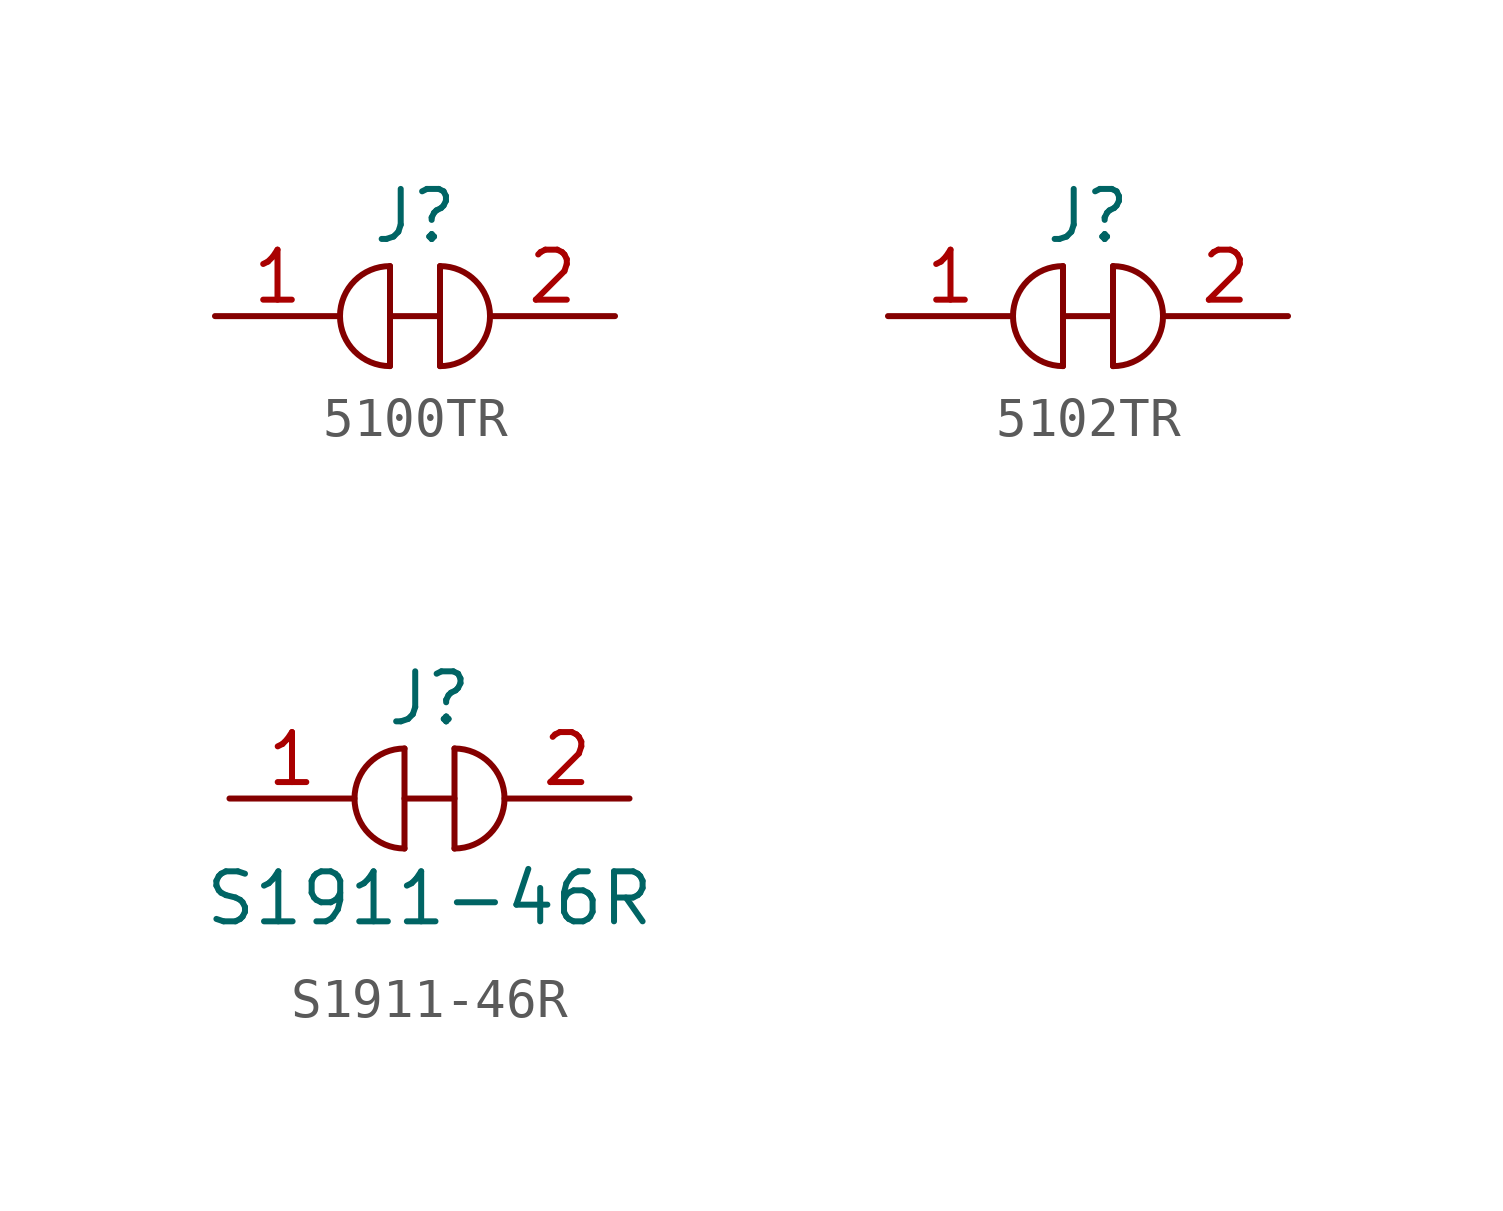
<source format=kicad_sym>
(kicad_symbol_lib
  (version 20220914)
  (generator kicad_symbol_editor)
  (symbol "5100TR"
    (pin_names
      (offset 1.016))
    (property "Reference" "J"
      (at 0 2.54 0)
      (effects (font (size 1.27 1.27))))
    (symbol "5100TR_0_1"
      (arc (start -0.635 1.27) (mid -1.8995 0) (end -0.635 -1.27) (stroke (width 0) (type solid)) (fill (type none)))
      (polyline (pts (xy -0.635 0) (xy 0.635 0)) (stroke (width 0) (type solid)) (fill (type none)))
      (polyline (pts (xy -0.635 1.27) (xy -0.635 -1.27)) (stroke (width 0) (type solid)) (fill (type none)))
      (polyline (pts (xy 0.635 1.27) (xy 0.635 -1.27)) (stroke (width 0) (type solid)) (fill (type none)))
      (arc (start 0.635 -1.27) (mid 1.8995 0) (end 0.635 1.27) (stroke (width 0) (type solid)) (fill (type none))))
    (symbol "5100TR_1_1"
      (pin passive line (at -5.08 0 0) (length 3.175) (name "~" (effects (font (size 1.27 1.27)))) (number "1" (effects (font (size 1.27 1.27)))))
      (pin passive line (at 5.08 0 180) (length 3.175) (name "~" (effects (font (size 1.27 1.27)))) (number "2" (effects (font (size 1.27 1.27)))))))
  (symbol "5102TR"
    (pin_names
      (offset 1.016))
    (property "Reference" "J"
      (at 0 2.54 0)
      (effects (font (size 1.27 1.27))))
    (symbol "5102TR_1_1"
      (arc (start -0.635 1.27) (mid -1.8995 0) (end -0.635 -1.27) (stroke (width 0) (type solid)) (fill (type none)))
      (polyline (pts (xy -0.635 0) (xy 0.635 0)) (stroke (width 0) (type solid)) (fill (type none)))
      (polyline (pts (xy -0.635 1.27) (xy -0.635 -1.27)) (stroke (width 0) (type solid)) (fill (type none)))
      (polyline (pts (xy 0.635 1.27) (xy 0.635 -1.27)) (stroke (width 0) (type solid)) (fill (type none)))
      (arc (start 0.635 -1.27) (mid 1.8995 0) (end 0.635 1.27) (stroke (width 0) (type solid)) (fill (type none)))
      (pin passive line (at -5.08 0 0) (length 3.175) (name "~" (effects (font (size 1.27 1.27)))) (number "1" (effects (font (size 1.27 1.27)))))
      (pin passive line (at 5.08 0 180) (length 3.175) (name "~" (effects (font (size 1.27 1.27)))) (number "2" (effects (font (size 1.27 1.27)))))))
  (symbol "S1911-46R"
    (pin_names
      (offset 1.016))
    (property "Reference" "J"
      (at 0 2.54 0)
      (effects (font (size 1.27 1.27))))
    (property "Value" "S1911-46R"
      (at 0 -2.54 0)
      (effects (font (size 1.27 1.27))))
    (symbol "S1911-46R_1_1"
      (arc (start -0.635 1.27) (mid -1.8995 0) (end -0.635 -1.27) (stroke (width 0) (type solid)) (fill (type none)))
      (polyline (pts (xy -0.635 0) (xy 0.635 0)) (stroke (width 0) (type solid)) (fill (type none)))
      (polyline (pts (xy -0.635 1.27) (xy -0.635 -1.27)) (stroke (width 0) (type solid)) (fill (type none)))
      (polyline (pts (xy 0.635 1.27) (xy 0.635 -1.27)) (stroke (width 0) (type solid)) (fill (type none)))
      (arc (start 0.635 -1.27) (mid 1.8995 0) (end 0.635 1.27) (stroke (width 0) (type solid)) (fill (type none)))
      (pin passive line (at -5.08 0 0) (length 3.175) (name "~" (effects (font (size 1.27 1.27)))) (number "1" (effects (font (size 1.27 1.27)))))
      (pin passive line (at 5.08 0 180) (length 3.175) (name "~" (effects (font (size 1.27 1.27)))) (number "2" (effects (font (size 1.27 1.27))))))))
</source>
